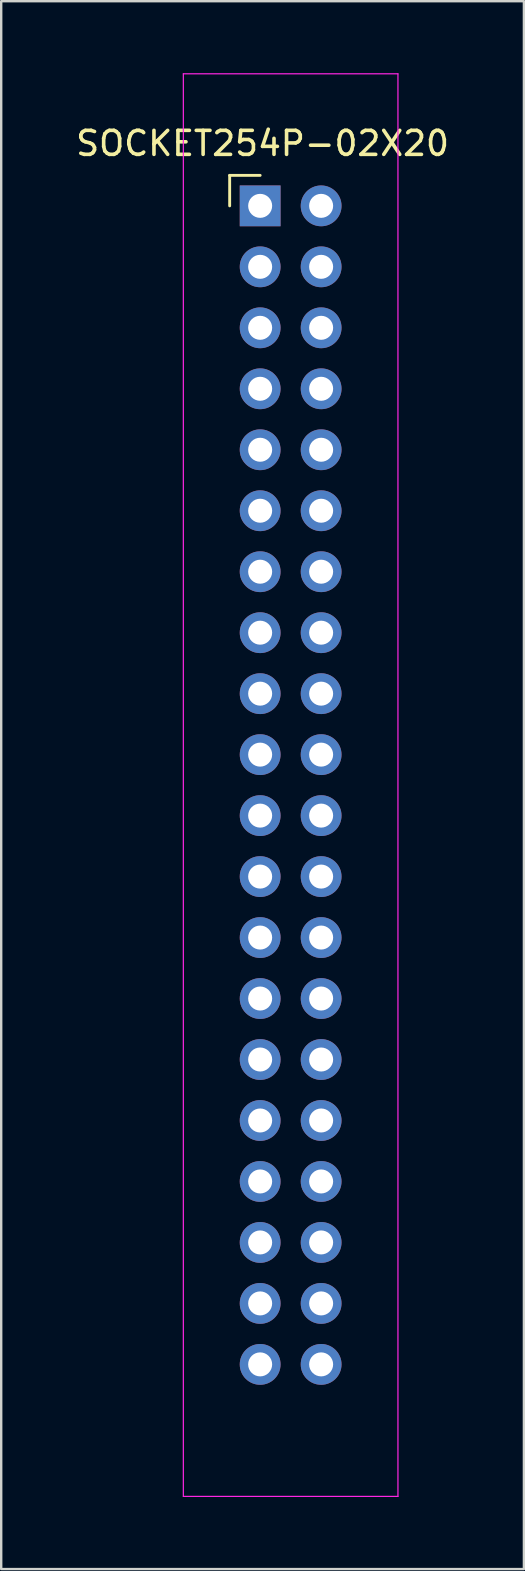
<source format=kicad_pcb>
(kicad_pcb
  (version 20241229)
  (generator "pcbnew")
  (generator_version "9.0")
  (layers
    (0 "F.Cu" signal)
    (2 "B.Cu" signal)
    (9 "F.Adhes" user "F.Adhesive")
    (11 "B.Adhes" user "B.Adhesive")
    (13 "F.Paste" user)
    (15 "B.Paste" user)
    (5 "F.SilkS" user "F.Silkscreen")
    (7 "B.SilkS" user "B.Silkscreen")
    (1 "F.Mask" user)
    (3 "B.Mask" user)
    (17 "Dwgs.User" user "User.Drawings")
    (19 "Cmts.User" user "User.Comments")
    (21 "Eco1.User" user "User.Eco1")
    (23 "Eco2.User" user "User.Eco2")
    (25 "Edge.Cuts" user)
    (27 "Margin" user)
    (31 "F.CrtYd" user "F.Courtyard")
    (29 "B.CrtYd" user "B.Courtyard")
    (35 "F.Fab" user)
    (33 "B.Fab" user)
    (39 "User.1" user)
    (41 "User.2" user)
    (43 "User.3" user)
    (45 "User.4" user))
  (footprint "SOCKET254P-02X20"
    (layer "F.Cu")
    (at 7.787 5.525)
    (property "Reference" "SOCKET254P-02X20" (at 0.1 -2.6 0) (layer "F.SilkS") (effects (font (size 1 1) (thickness 0.15))))
    (attr through_hole)
    (fp_line (start -1.27 -1.27) (end 0 -1.27) (stroke (width 0.12) (type solid)) (layer "F.SilkS"))
    (fp_line (start -1.27 0) (end -1.27 -1.27) (stroke (width 0.12) (type solid)) (layer "F.SilkS"))
    (fp_line (start -3.2 -5.5) (end -3.2 53.76) (stroke (width 0.05) (type solid)) (layer "F.CrtYd"))
    (fp_line (start -3.2 53.76) (end 5.74 53.76) (stroke (width 0.05) (type solid)) (layer "F.CrtYd"))
    (fp_line (start 5.74 -5.5) (end -3.2 -5.5) (stroke (width 0.05) (type solid)) (layer "F.CrtYd"))
    (fp_line (start 5.74 53.76) (end 5.74 -5.5) (stroke (width 0.05) (type solid)) (layer "F.CrtYd"))
    (pad "1" thru_hole rect (at 0 0) (size 1.7 1.7) (drill 1) (layers "*.Cu" "*.Mask"))
    (pad "2" thru_hole oval (at 2.54 0) (size 1.7 1.7) (drill 1) (layers "*.Cu" "*.Mask"))
    (pad "3" thru_hole oval (at 0 2.54) (size 1.7 1.7) (drill 1) (layers "*.Cu" "*.Mask"))
    (pad "4" thru_hole oval (at 2.54 2.54) (size 1.7 1.7) (drill 1) (layers "*.Cu" "*.Mask"))
    (pad "5" thru_hole oval (at 0 5.08) (size 1.7 1.7) (drill 1) (layers "*.Cu" "*.Mask"))
    (pad "6" thru_hole oval (at 2.54 5.08) (size 1.7 1.7) (drill 1) (layers "*.Cu" "*.Mask"))
    (pad "7" thru_hole oval (at 0 7.62) (size 1.7 1.7) (drill 1) (layers "*.Cu" "*.Mask"))
    (pad "8" thru_hole oval (at 2.54 7.62) (size 1.7 1.7) (drill 1) (layers "*.Cu" "*.Mask"))
    (pad "9" thru_hole oval (at 0 10.16) (size 1.7 1.7) (drill 1) (layers "*.Cu" "*.Mask"))
    (pad "10" thru_hole oval (at 2.54 10.16) (size 1.7 1.7) (drill 1) (layers "*.Cu" "*.Mask"))
    (pad "11" thru_hole oval (at 0 12.7) (size 1.7 1.7) (drill 1) (layers "*.Cu" "*.Mask"))
    (pad "12" thru_hole oval (at 2.54 12.7) (size 1.7 1.7) (drill 1) (layers "*.Cu" "*.Mask"))
    (pad "13" thru_hole oval (at 0 15.24) (size 1.7 1.7) (drill 1) (layers "*.Cu" "*.Mask"))
    (pad "14" thru_hole oval (at 2.54 15.24) (size 1.7 1.7) (drill 1) (layers "*.Cu" "*.Mask"))
    (pad "15" thru_hole oval (at 0 17.78) (size 1.7 1.7) (drill 1) (layers "*.Cu" "*.Mask"))
    (pad "16" thru_hole oval (at 2.54 17.78) (size 1.7 1.7) (drill 1) (layers "*.Cu" "*.Mask"))
    (pad "17" thru_hole oval (at 0 20.32) (size 1.7 1.7) (drill 1) (layers "*.Cu" "*.Mask"))
    (pad "18" thru_hole oval (at 2.54 20.32) (size 1.7 1.7) (drill 1) (layers "*.Cu" "*.Mask"))
    (pad "19" thru_hole oval (at 0 22.86) (size 1.7 1.7) (drill 1) (layers "*.Cu" "*.Mask"))
    (pad "20" thru_hole oval (at 2.54 22.86) (size 1.7 1.7) (drill 1) (layers "*.Cu" "*.Mask"))
    (pad "21" thru_hole oval (at 0 25.4) (size 1.7 1.7) (drill 1) (layers "*.Cu" "*.Mask"))
    (pad "22" thru_hole oval (at 2.54 25.4) (size 1.7 1.7) (drill 1) (layers "*.Cu" "*.Mask"))
    (pad "23" thru_hole oval (at 0 27.94) (size 1.7 1.7) (drill 1) (layers "*.Cu" "*.Mask"))
    (pad "24" thru_hole oval (at 2.54 27.94) (size 1.7 1.7) (drill 1) (layers "*.Cu" "*.Mask"))
    (pad "25" thru_hole oval (at 0 30.48) (size 1.7 1.7) (drill 1) (layers "*.Cu" "*.Mask"))
    (pad "26" thru_hole oval (at 2.54 30.48) (size 1.7 1.7) (drill 1) (layers "*.Cu" "*.Mask"))
    (pad "27" thru_hole oval (at 0 33.02) (size 1.7 1.7) (drill 1) (layers "*.Cu" "*.Mask"))
    (pad "28" thru_hole oval (at 2.54 33.02) (size 1.7 1.7) (drill 1) (layers "*.Cu" "*.Mask"))
    (pad "29" thru_hole oval (at 0 35.56) (size 1.7 1.7) (drill 1) (layers "*.Cu" "*.Mask"))
    (pad "30" thru_hole oval (at 2.54 35.56) (size 1.7 1.7) (drill 1) (layers "*.Cu" "*.Mask"))
    (pad "31" thru_hole oval (at 0 38.1) (size 1.7 1.7) (drill 1) (layers "*.Cu" "*.Mask"))
    (pad "32" thru_hole oval (at 2.54 38.1) (size 1.7 1.7) (drill 1) (layers "*.Cu" "*.Mask"))
    (pad "33" thru_hole oval (at 0 40.64) (size 1.7 1.7) (drill 1) (layers "*.Cu" "*.Mask"))
    (pad "34" thru_hole oval (at 2.54 40.64) (size 1.7 1.7) (drill 1) (layers "*.Cu" "*.Mask"))
    (pad "35" thru_hole oval (at 0 43.18) (size 1.7 1.7) (drill 1) (layers "*.Cu" "*.Mask"))
    (pad "36" thru_hole oval (at 2.54 43.18) (size 1.7 1.7) (drill 1) (layers "*.Cu" "*.Mask"))
    (pad "37" thru_hole oval (at 0 45.72) (size 1.7 1.7) (drill 1) (layers "*.Cu" "*.Mask"))
    (pad "38" thru_hole oval (at 2.54 45.72) (size 1.7 1.7) (drill 1) (layers "*.Cu" "*.Mask"))
    (pad "39" thru_hole oval (at 0 48.26) (size 1.7 1.7) (drill 1) (layers "*.Cu" "*.Mask"))
    (pad "40" thru_hole oval (at 2.54 48.26) (size 1.7 1.7) (drill 1) (layers "*.Cu" "*.Mask")))
  (gr_rect
    (start -3 -3)
    (end 18.774 62.31)
    (stroke (width 0.1) (type default))
    (fill no)
    (layer "Edge.Cuts")))
</source>
